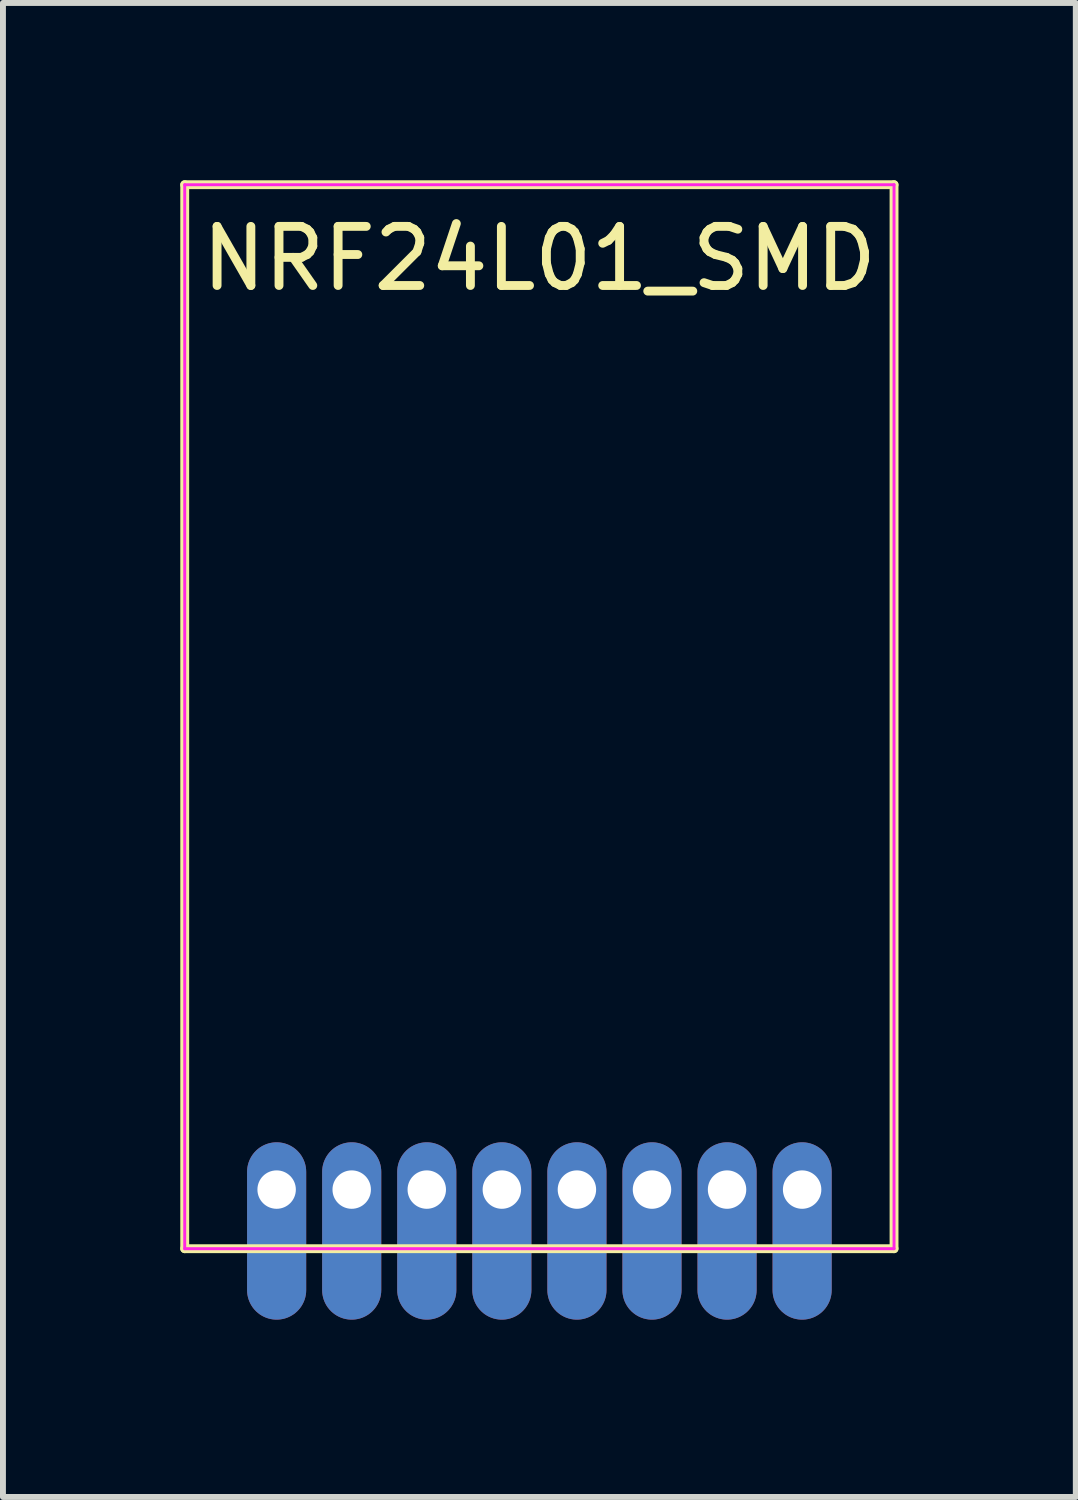
<source format=kicad_pcb>
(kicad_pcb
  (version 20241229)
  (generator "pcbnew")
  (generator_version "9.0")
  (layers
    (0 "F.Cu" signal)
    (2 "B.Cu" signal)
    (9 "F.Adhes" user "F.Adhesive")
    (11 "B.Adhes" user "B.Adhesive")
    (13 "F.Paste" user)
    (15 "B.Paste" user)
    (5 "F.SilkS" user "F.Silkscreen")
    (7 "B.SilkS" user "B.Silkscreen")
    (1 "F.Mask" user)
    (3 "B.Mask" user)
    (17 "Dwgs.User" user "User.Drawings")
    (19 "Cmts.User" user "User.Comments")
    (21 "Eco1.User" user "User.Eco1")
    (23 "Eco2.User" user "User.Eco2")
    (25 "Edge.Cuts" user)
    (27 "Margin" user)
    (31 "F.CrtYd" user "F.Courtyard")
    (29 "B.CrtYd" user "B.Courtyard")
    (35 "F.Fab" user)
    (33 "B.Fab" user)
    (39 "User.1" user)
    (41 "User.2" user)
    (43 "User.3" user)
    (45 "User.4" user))
  (footprint "NRF24L01_SMD"
    (layer "F.Cu")
    (at 6.075 9.825)
    (property "Reference" "NRF24L01_SMD" (at 0 -8.5 0) (layer "F.SilkS") (effects (font (size 1 1) (thickness 0.15))))
    (attr smd)
    (fp_line (start -6 -9.75) (end -6 8.25) (stroke (width 0.15) (type solid)) (layer "F.SilkS"))
    (fp_line (start -6 8.25) (end 6 8.25) (stroke (width 0.15) (type solid)) (layer "F.SilkS"))
    (fp_line (start 6 -9.75) (end -6 -9.75) (stroke (width 0.15) (type solid)) (layer "F.SilkS"))
    (fp_line (start 6 8.25) (end 6 -9.75) (stroke (width 0.15) (type solid)) (layer "F.SilkS"))
    (fp_line (start -6 -9.75) (end -6 8.25) (stroke (width 0.05) (type solid)) (layer "F.CrtYd"))
    (fp_line (start -6 8.25) (end 6 8.25) (stroke (width 0.05) (type solid)) (layer "F.CrtYd"))
    (fp_line (start 6 -9.75) (end -6 -9.75) (stroke (width 0.05) (type solid)) (layer "F.CrtYd"))
    (fp_line (start 6 8.25) (end 6 -9.75) (stroke (width 0.05) (type solid)) (layer "F.CrtYd"))
    (pad "1" thru_hole oval (at -4.445 7.25) (size 1 3) (drill 0.65 (offset 0 0.7)) (layers "*.Cu" "*.Mask"))
    (pad "2" thru_hole oval (at -3.175 7.25) (size 1 3) (drill 0.65 (offset 0 0.7)) (layers "*.Cu" "*.Mask"))
    (pad "3" thru_hole oval (at -1.905 7.25) (size 1 3) (drill 0.65 (offset 0 0.7)) (layers "*.Cu" "*.Mask"))
    (pad "4" thru_hole oval (at -0.635 7.25) (size 1 3) (drill 0.65 (offset 0 0.7)) (layers "*.Cu" "*.Mask"))
    (pad "5" thru_hole oval (at 0.635 7.25) (size 1 3) (drill 0.65 (offset 0 0.7)) (layers "*.Cu" "*.Mask"))
    (pad "6" thru_hole oval (at 1.905 7.25) (size 1 3) (drill 0.65 (offset 0 0.7)) (layers "*.Cu" "*.Mask"))
    (pad "7" thru_hole oval (at 3.175 7.25) (size 1 3) (drill 0.65 (offset 0 0.7)) (layers "*.Cu" "*.Mask"))
    (pad "8" thru_hole oval (at 4.445 7.25) (size 1 3) (drill 0.65 (offset 0 0.7)) (layers "*.Cu" "*.Mask")))
  (gr_rect
    (start -3 -3)
    (end 15.15 22.275)
    (stroke (width 0.1) (type default))
    (fill no)
    (layer "Edge.Cuts")))
</source>
